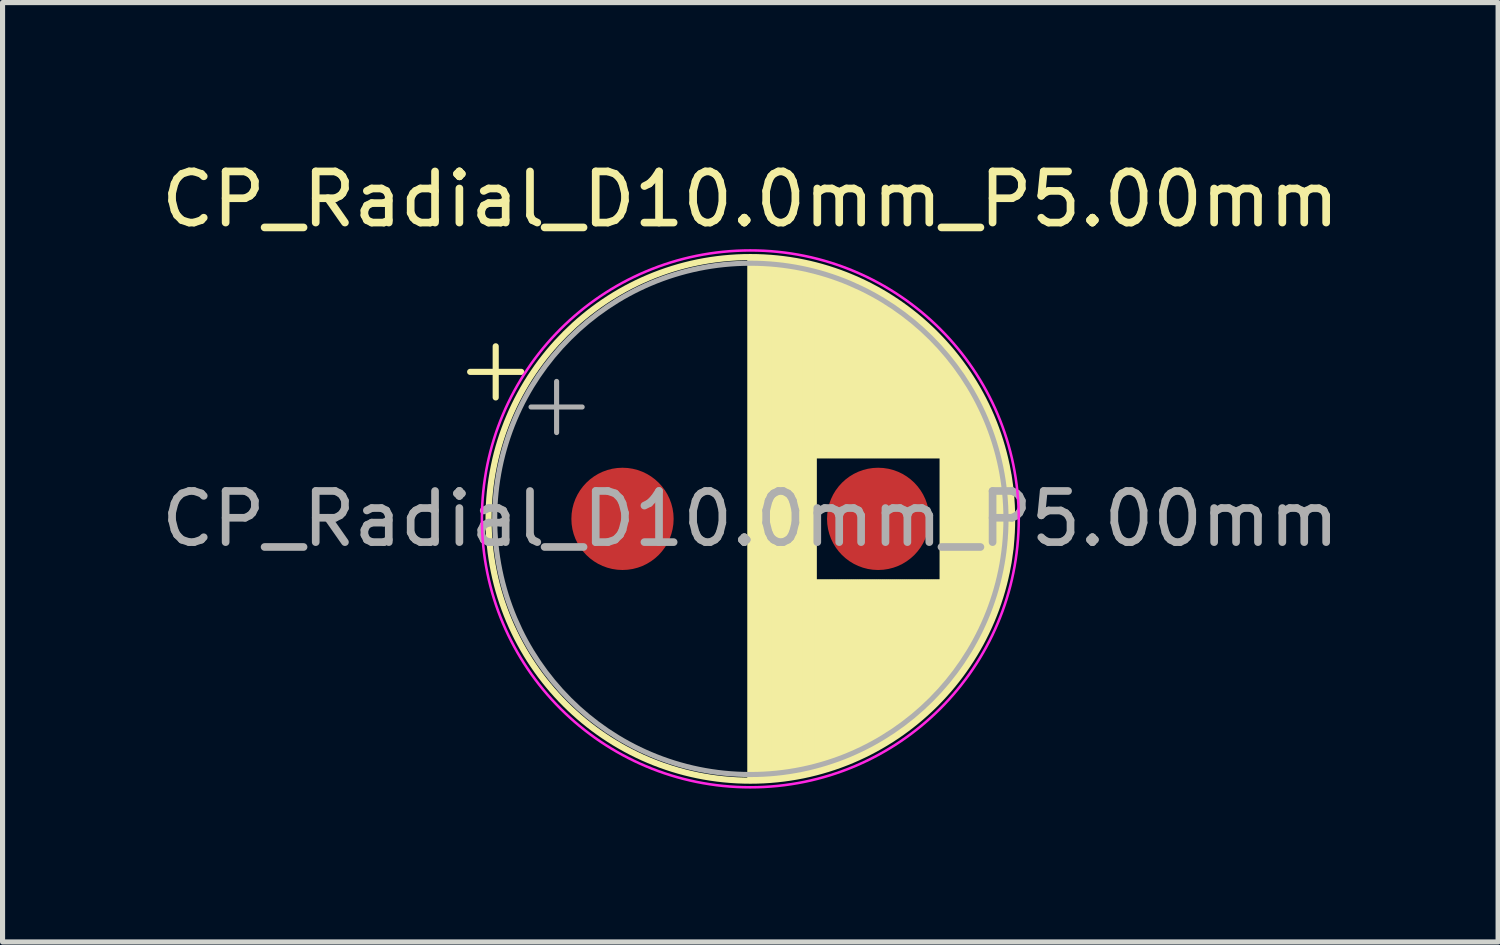
<source format=kicad_pcb>
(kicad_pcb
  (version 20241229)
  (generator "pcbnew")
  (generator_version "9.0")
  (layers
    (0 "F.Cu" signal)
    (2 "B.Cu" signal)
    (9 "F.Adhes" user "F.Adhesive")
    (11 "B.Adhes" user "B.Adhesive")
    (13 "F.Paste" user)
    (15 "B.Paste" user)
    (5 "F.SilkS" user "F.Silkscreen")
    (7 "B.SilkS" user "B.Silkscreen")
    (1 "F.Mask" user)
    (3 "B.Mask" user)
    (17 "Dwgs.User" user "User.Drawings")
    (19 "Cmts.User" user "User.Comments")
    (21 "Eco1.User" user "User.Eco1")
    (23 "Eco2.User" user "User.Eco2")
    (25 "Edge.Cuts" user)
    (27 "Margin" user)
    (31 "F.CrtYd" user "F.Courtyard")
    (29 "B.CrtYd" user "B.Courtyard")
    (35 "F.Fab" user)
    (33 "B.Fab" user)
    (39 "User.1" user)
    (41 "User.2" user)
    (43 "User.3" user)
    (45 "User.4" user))
  (footprint "CP_Radial_D10.0mm_P5.00mm"
    (layer "F.Cu")
    (at 9.125 7.098)
    (property "Reference" "CP_Radial_D10.0mm_P5.00mm" (at 2.5 -6.25 0) (layer "F.SilkS") (effects (font (size 1 1) (thickness 0.15))))
    (attr through_hole)
    (fp_line (start -2.98 -2.875) (end -1.98 -2.875) (stroke (width 0.12) (type solid)) (layer "F.SilkS"))
    (fp_line (start -2.48 -3.375) (end -2.48 -2.375) (stroke (width 0.12) (type solid)) (layer "F.SilkS"))
    (fp_line (start 2.5 -5.08) (end 2.5 5.08) (stroke (width 0.12) (type solid)) (layer "F.SilkS"))
    (fp_line (start 2.54 -5.08) (end 2.54 5.08) (stroke (width 0.12) (type solid)) (layer "F.SilkS"))
    (fp_line (start 2.58 -5.08) (end 2.58 5.08) (stroke (width 0.12) (type solid)) (layer "F.SilkS"))
    (fp_line (start 2.62 -5.079) (end 2.62 5.079) (stroke (width 0.12) (type solid)) (layer "F.SilkS"))
    (fp_line (start 2.66 -5.078) (end 2.66 5.078) (stroke (width 0.12) (type solid)) (layer "F.SilkS"))
    (fp_line (start 2.7 -5.077) (end 2.7 5.077) (stroke (width 0.12) (type solid)) (layer "F.SilkS"))
    (fp_line (start 2.74 -5.075) (end 2.74 5.075) (stroke (width 0.12) (type solid)) (layer "F.SilkS"))
    (fp_line (start 2.78 -5.073) (end 2.78 5.073) (stroke (width 0.12) (type solid)) (layer "F.SilkS"))
    (fp_line (start 2.82 -5.07) (end 2.82 5.07) (stroke (width 0.12) (type solid)) (layer "F.SilkS"))
    (fp_line (start 2.86 -5.068) (end 2.86 5.068) (stroke (width 0.12) (type solid)) (layer "F.SilkS"))
    (fp_line (start 2.9 -5.065) (end 2.9 5.065) (stroke (width 0.12) (type solid)) (layer "F.SilkS"))
    (fp_line (start 2.94 -5.062) (end 2.94 5.062) (stroke (width 0.12) (type solid)) (layer "F.SilkS"))
    (fp_line (start 2.98 -5.058) (end 2.98 5.058) (stroke (width 0.12) (type solid)) (layer "F.SilkS"))
    (fp_line (start 3.02 -5.054) (end 3.02 5.054) (stroke (width 0.12) (type solid)) (layer "F.SilkS"))
    (fp_line (start 3.06 -5.05) (end 3.06 5.05) (stroke (width 0.12) (type solid)) (layer "F.SilkS"))
    (fp_line (start 3.1 -5.045) (end 3.1 5.045) (stroke (width 0.12) (type solid)) (layer "F.SilkS"))
    (fp_line (start 3.14 -5.04) (end 3.14 5.04) (stroke (width 0.12) (type solid)) (layer "F.SilkS"))
    (fp_line (start 3.18 -5.035) (end 3.18 5.035) (stroke (width 0.12) (type solid)) (layer "F.SilkS"))
    (fp_line (start 3.221 -5.03) (end 3.221 5.03) (stroke (width 0.12) (type solid)) (layer "F.SilkS"))
    (fp_line (start 3.261 -5.024) (end 3.261 5.024) (stroke (width 0.12) (type solid)) (layer "F.SilkS"))
    (fp_line (start 3.301 -5.018) (end 3.301 5.018) (stroke (width 0.12) (type solid)) (layer "F.SilkS"))
    (fp_line (start 3.341 -5.011) (end 3.341 5.011) (stroke (width 0.12) (type solid)) (layer "F.SilkS"))
    (fp_line (start 3.381 -5.004) (end 3.381 5.004) (stroke (width 0.12) (type solid)) (layer "F.SilkS"))
    (fp_line (start 3.421 -4.997) (end 3.421 4.997) (stroke (width 0.12) (type solid)) (layer "F.SilkS"))
    (fp_line (start 3.461 -4.99) (end 3.461 4.99) (stroke (width 0.12) (type solid)) (layer "F.SilkS"))
    (fp_line (start 3.501 -4.982) (end 3.501 4.982) (stroke (width 0.12) (type solid)) (layer "F.SilkS"))
    (fp_line (start 3.541 -4.974) (end 3.541 4.974) (stroke (width 0.12) (type solid)) (layer "F.SilkS"))
    (fp_line (start 3.581 -4.965) (end 3.581 4.965) (stroke (width 0.12) (type solid)) (layer "F.SilkS"))
    (fp_line (start 3.621 -4.956) (end 3.621 4.956) (stroke (width 0.12) (type solid)) (layer "F.SilkS"))
    (fp_line (start 3.661 -4.947) (end 3.661 4.947) (stroke (width 0.12) (type solid)) (layer "F.SilkS"))
    (fp_line (start 3.701 -4.938) (end 3.701 4.938) (stroke (width 0.12) (type solid)) (layer "F.SilkS"))
    (fp_line (start 3.741 -4.928) (end 3.741 4.928) (stroke (width 0.12) (type solid)) (layer "F.SilkS"))
    (fp_line (start 3.781 -4.918) (end 3.781 -1.241) (stroke (width 0.12) (type solid)) (layer "F.SilkS"))
    (fp_line (start 3.781 1.241) (end 3.781 4.918) (stroke (width 0.12) (type solid)) (layer "F.SilkS"))
    (fp_line (start 3.821 -4.907) (end 3.821 -1.241) (stroke (width 0.12) (type solid)) (layer "F.SilkS"))
    (fp_line (start 3.821 1.241) (end 3.821 4.907) (stroke (width 0.12) (type solid)) (layer "F.SilkS"))
    (fp_line (start 3.861 -4.897) (end 3.861 -1.241) (stroke (width 0.12) (type solid)) (layer "F.SilkS"))
    (fp_line (start 3.861 1.241) (end 3.861 4.897) (stroke (width 0.12) (type solid)) (layer "F.SilkS"))
    (fp_line (start 3.901 -4.885) (end 3.901 -1.241) (stroke (width 0.12) (type solid)) (layer "F.SilkS"))
    (fp_line (start 3.901 1.241) (end 3.901 4.885) (stroke (width 0.12) (type solid)) (layer "F.SilkS"))
    (fp_line (start 3.941 -4.874) (end 3.941 -1.241) (stroke (width 0.12) (type solid)) (layer "F.SilkS"))
    (fp_line (start 3.941 1.241) (end 3.941 4.874) (stroke (width 0.12) (type solid)) (layer "F.SilkS"))
    (fp_line (start 3.981 -4.862) (end 3.981 -1.241) (stroke (width 0.12) (type solid)) (layer "F.SilkS"))
    (fp_line (start 3.981 1.241) (end 3.981 4.862) (stroke (width 0.12) (type solid)) (layer "F.SilkS"))
    (fp_line (start 4.021 -4.85) (end 4.021 -1.241) (stroke (width 0.12) (type solid)) (layer "F.SilkS"))
    (fp_line (start 4.021 1.241) (end 4.021 4.85) (stroke (width 0.12) (type solid)) (layer "F.SilkS"))
    (fp_line (start 4.061 -4.837) (end 4.061 -1.241) (stroke (width 0.12) (type solid)) (layer "F.SilkS"))
    (fp_line (start 4.061 1.241) (end 4.061 4.837) (stroke (width 0.12) (type solid)) (layer "F.SilkS"))
    (fp_line (start 4.101 -4.824) (end 4.101 -1.241) (stroke (width 0.12) (type solid)) (layer "F.SilkS"))
    (fp_line (start 4.101 1.241) (end 4.101 4.824) (stroke (width 0.12) (type solid)) (layer "F.SilkS"))
    (fp_line (start 4.141 -4.811) (end 4.141 -1.241) (stroke (width 0.12) (type solid)) (layer "F.SilkS"))
    (fp_line (start 4.141 1.241) (end 4.141 4.811) (stroke (width 0.12) (type solid)) (layer "F.SilkS"))
    (fp_line (start 4.181 -4.797) (end 4.181 -1.241) (stroke (width 0.12) (type solid)) (layer "F.SilkS"))
    (fp_line (start 4.181 1.241) (end 4.181 4.797) (stroke (width 0.12) (type solid)) (layer "F.SilkS"))
    (fp_line (start 4.221 -4.783) (end 4.221 -1.241) (stroke (width 0.12) (type solid)) (layer "F.SilkS"))
    (fp_line (start 4.221 1.241) (end 4.221 4.783) (stroke (width 0.12) (type solid)) (layer "F.SilkS"))
    (fp_line (start 4.261 -4.768) (end 4.261 -1.241) (stroke (width 0.12) (type solid)) (layer "F.SilkS"))
    (fp_line (start 4.261 1.241) (end 4.261 4.768) (stroke (width 0.12) (type solid)) (layer "F.SilkS"))
    (fp_line (start 4.301 -4.754) (end 4.301 -1.241) (stroke (width 0.12) (type solid)) (layer "F.SilkS"))
    (fp_line (start 4.301 1.241) (end 4.301 4.754) (stroke (width 0.12) (type solid)) (layer "F.SilkS"))
    (fp_line (start 4.341 -4.738) (end 4.341 -1.241) (stroke (width 0.12) (type solid)) (layer "F.SilkS"))
    (fp_line (start 4.341 1.241) (end 4.341 4.738) (stroke (width 0.12) (type solid)) (layer "F.SilkS"))
    (fp_line (start 4.381 -4.723) (end 4.381 -1.241) (stroke (width 0.12) (type solid)) (layer "F.SilkS"))
    (fp_line (start 4.381 1.241) (end 4.381 4.723) (stroke (width 0.12) (type solid)) (layer "F.SilkS"))
    (fp_line (start 4.421 -4.707) (end 4.421 -1.241) (stroke (width 0.12) (type solid)) (layer "F.SilkS"))
    (fp_line (start 4.421 1.241) (end 4.421 4.707) (stroke (width 0.12) (type solid)) (layer "F.SilkS"))
    (fp_line (start 4.461 -4.69) (end 4.461 -1.241) (stroke (width 0.12) (type solid)) (layer "F.SilkS"))
    (fp_line (start 4.461 1.241) (end 4.461 4.69) (stroke (width 0.12) (type solid)) (layer "F.SilkS"))
    (fp_line (start 4.501 -4.674) (end 4.501 -1.241) (stroke (width 0.12) (type solid)) (layer "F.SilkS"))
    (fp_line (start 4.501 1.241) (end 4.501 4.674) (stroke (width 0.12) (type solid)) (layer "F.SilkS"))
    (fp_line (start 4.541 -4.657) (end 4.541 -1.241) (stroke (width 0.12) (type solid)) (layer "F.SilkS"))
    (fp_line (start 4.541 1.241) (end 4.541 4.657) (stroke (width 0.12) (type solid)) (layer "F.SilkS"))
    (fp_line (start 4.581 -4.639) (end 4.581 -1.241) (stroke (width 0.12) (type solid)) (layer "F.SilkS"))
    (fp_line (start 4.581 1.241) (end 4.581 4.639) (stroke (width 0.12) (type solid)) (layer "F.SilkS"))
    (fp_line (start 4.621 -4.621) (end 4.621 -1.241) (stroke (width 0.12) (type solid)) (layer "F.SilkS"))
    (fp_line (start 4.621 1.241) (end 4.621 4.621) (stroke (width 0.12) (type solid)) (layer "F.SilkS"))
    (fp_line (start 4.661 -4.603) (end 4.661 -1.241) (stroke (width 0.12) (type solid)) (layer "F.SilkS"))
    (fp_line (start 4.661 1.241) (end 4.661 4.603) (stroke (width 0.12) (type solid)) (layer "F.SilkS"))
    (fp_line (start 4.701 -4.584) (end 4.701 -1.241) (stroke (width 0.12) (type solid)) (layer "F.SilkS"))
    (fp_line (start 4.701 1.241) (end 4.701 4.584) (stroke (width 0.12) (type solid)) (layer "F.SilkS"))
    (fp_line (start 4.741 -4.564) (end 4.741 -1.241) (stroke (width 0.12) (type solid)) (layer "F.SilkS"))
    (fp_line (start 4.741 1.241) (end 4.741 4.564) (stroke (width 0.12) (type solid)) (layer "F.SilkS"))
    (fp_line (start 4.781 -4.545) (end 4.781 -1.241) (stroke (width 0.12) (type solid)) (layer "F.SilkS"))
    (fp_line (start 4.781 1.241) (end 4.781 4.545) (stroke (width 0.12) (type solid)) (layer "F.SilkS"))
    (fp_line (start 4.821 -4.525) (end 4.821 -1.241) (stroke (width 0.12) (type solid)) (layer "F.SilkS"))
    (fp_line (start 4.821 1.241) (end 4.821 4.525) (stroke (width 0.12) (type solid)) (layer "F.SilkS"))
    (fp_line (start 4.861 -4.504) (end 4.861 -1.241) (stroke (width 0.12) (type solid)) (layer "F.SilkS"))
    (fp_line (start 4.861 1.241) (end 4.861 4.504) (stroke (width 0.12) (type solid)) (layer "F.SilkS"))
    (fp_line (start 4.901 -4.483) (end 4.901 -1.241) (stroke (width 0.12) (type solid)) (layer "F.SilkS"))
    (fp_line (start 4.901 1.241) (end 4.901 4.483) (stroke (width 0.12) (type solid)) (layer "F.SilkS"))
    (fp_line (start 4.941 -4.462) (end 4.941 -1.241) (stroke (width 0.12) (type solid)) (layer "F.SilkS"))
    (fp_line (start 4.941 1.241) (end 4.941 4.462) (stroke (width 0.12) (type solid)) (layer "F.SilkS"))
    (fp_line (start 4.981 -4.44) (end 4.981 -1.241) (stroke (width 0.12) (type solid)) (layer "F.SilkS"))
    (fp_line (start 4.981 1.241) (end 4.981 4.44) (stroke (width 0.12) (type solid)) (layer "F.SilkS"))
    (fp_line (start 5.021 -4.417) (end 5.021 -1.241) (stroke (width 0.12) (type solid)) (layer "F.SilkS"))
    (fp_line (start 5.021 1.241) (end 5.021 4.417) (stroke (width 0.12) (type solid)) (layer "F.SilkS"))
    (fp_line (start 5.061 -4.395) (end 5.061 -1.241) (stroke (width 0.12) (type solid)) (layer "F.SilkS"))
    (fp_line (start 5.061 1.241) (end 5.061 4.395) (stroke (width 0.12) (type solid)) (layer "F.SilkS"))
    (fp_line (start 5.101 -4.371) (end 5.101 -1.241) (stroke (width 0.12) (type solid)) (layer "F.SilkS"))
    (fp_line (start 5.101 1.241) (end 5.101 4.371) (stroke (width 0.12) (type solid)) (layer "F.SilkS"))
    (fp_line (start 5.141 -4.347) (end 5.141 -1.241) (stroke (width 0.12) (type solid)) (layer "F.SilkS"))
    (fp_line (start 5.141 1.241) (end 5.141 4.347) (stroke (width 0.12) (type solid)) (layer "F.SilkS"))
    (fp_line (start 5.181 -4.323) (end 5.181 -1.241) (stroke (width 0.12) (type solid)) (layer "F.SilkS"))
    (fp_line (start 5.181 1.241) (end 5.181 4.323) (stroke (width 0.12) (type solid)) (layer "F.SilkS"))
    (fp_line (start 5.221 -4.298) (end 5.221 -1.241) (stroke (width 0.12) (type solid)) (layer "F.SilkS"))
    (fp_line (start 5.221 1.241) (end 5.221 4.298) (stroke (width 0.12) (type solid)) (layer "F.SilkS"))
    (fp_line (start 5.261 -4.273) (end 5.261 -1.241) (stroke (width 0.12) (type solid)) (layer "F.SilkS"))
    (fp_line (start 5.261 1.241) (end 5.261 4.273) (stroke (width 0.12) (type solid)) (layer "F.SilkS"))
    (fp_line (start 5.301 -4.247) (end 5.301 -1.241) (stroke (width 0.12) (type solid)) (layer "F.SilkS"))
    (fp_line (start 5.301 1.241) (end 5.301 4.247) (stroke (width 0.12) (type solid)) (layer "F.SilkS"))
    (fp_line (start 5.341 -4.221) (end 5.341 -1.241) (stroke (width 0.12) (type solid)) (layer "F.SilkS"))
    (fp_line (start 5.341 1.241) (end 5.341 4.221) (stroke (width 0.12) (type solid)) (layer "F.SilkS"))
    (fp_line (start 5.381 -4.194) (end 5.381 -1.241) (stroke (width 0.12) (type solid)) (layer "F.SilkS"))
    (fp_line (start 5.381 1.241) (end 5.381 4.194) (stroke (width 0.12) (type solid)) (layer "F.SilkS"))
    (fp_line (start 5.421 -4.166) (end 5.421 -1.241) (stroke (width 0.12) (type solid)) (layer "F.SilkS"))
    (fp_line (start 5.421 1.241) (end 5.421 4.166) (stroke (width 0.12) (type solid)) (layer "F.SilkS"))
    (fp_line (start 5.461 -4.138) (end 5.461 -1.241) (stroke (width 0.12) (type solid)) (layer "F.SilkS"))
    (fp_line (start 5.461 1.241) (end 5.461 4.138) (stroke (width 0.12) (type solid)) (layer "F.SilkS"))
    (fp_line (start 5.501 -4.11) (end 5.501 -1.241) (stroke (width 0.12) (type solid)) (layer "F.SilkS"))
    (fp_line (start 5.501 1.241) (end 5.501 4.11) (stroke (width 0.12) (type solid)) (layer "F.SilkS"))
    (fp_line (start 5.541 -4.08) (end 5.541 -1.241) (stroke (width 0.12) (type solid)) (layer "F.SilkS"))
    (fp_line (start 5.541 1.241) (end 5.541 4.08) (stroke (width 0.12) (type solid)) (layer "F.SilkS"))
    (fp_line (start 5.581 -4.05) (end 5.581 -1.241) (stroke (width 0.12) (type solid)) (layer "F.SilkS"))
    (fp_line (start 5.581 1.241) (end 5.581 4.05) (stroke (width 0.12) (type solid)) (layer "F.SilkS"))
    (fp_line (start 5.621 -4.02) (end 5.621 -1.241) (stroke (width 0.12) (type solid)) (layer "F.SilkS"))
    (fp_line (start 5.621 1.241) (end 5.621 4.02) (stroke (width 0.12) (type solid)) (layer "F.SilkS"))
    (fp_line (start 5.661 -3.989) (end 5.661 -1.241) (stroke (width 0.12) (type solid)) (layer "F.SilkS"))
    (fp_line (start 5.661 1.241) (end 5.661 3.989) (stroke (width 0.12) (type solid)) (layer "F.SilkS"))
    (fp_line (start 5.701 -3.957) (end 5.701 -1.241) (stroke (width 0.12) (type solid)) (layer "F.SilkS"))
    (fp_line (start 5.701 1.241) (end 5.701 3.957) (stroke (width 0.12) (type solid)) (layer "F.SilkS"))
    (fp_line (start 5.741 -3.925) (end 5.741 -1.241) (stroke (width 0.12) (type solid)) (layer "F.SilkS"))
    (fp_line (start 5.741 1.241) (end 5.741 3.925) (stroke (width 0.12) (type solid)) (layer "F.SilkS"))
    (fp_line (start 5.781 -3.892) (end 5.781 -1.241) (stroke (width 0.12) (type solid)) (layer "F.SilkS"))
    (fp_line (start 5.781 1.241) (end 5.781 3.892) (stroke (width 0.12) (type solid)) (layer "F.SilkS"))
    (fp_line (start 5.821 -3.858) (end 5.821 -1.241) (stroke (width 0.12) (type solid)) (layer "F.SilkS"))
    (fp_line (start 5.821 1.241) (end 5.821 3.858) (stroke (width 0.12) (type solid)) (layer "F.SilkS"))
    (fp_line (start 5.861 -3.824) (end 5.861 -1.241) (stroke (width 0.12) (type solid)) (layer "F.SilkS"))
    (fp_line (start 5.861 1.241) (end 5.861 3.824) (stroke (width 0.12) (type solid)) (layer "F.SilkS"))
    (fp_line (start 5.901 -3.789) (end 5.901 -1.241) (stroke (width 0.12) (type solid)) (layer "F.SilkS"))
    (fp_line (start 5.901 1.241) (end 5.901 3.789) (stroke (width 0.12) (type solid)) (layer "F.SilkS"))
    (fp_line (start 5.941 -3.753) (end 5.941 -1.241) (stroke (width 0.12) (type solid)) (layer "F.SilkS"))
    (fp_line (start 5.941 1.241) (end 5.941 3.753) (stroke (width 0.12) (type solid)) (layer "F.SilkS"))
    (fp_line (start 5.981 -3.716) (end 5.981 -1.241) (stroke (width 0.12) (type solid)) (layer "F.SilkS"))
    (fp_line (start 5.981 1.241) (end 5.981 3.716) (stroke (width 0.12) (type solid)) (layer "F.SilkS"))
    (fp_line (start 6.021 -3.679) (end 6.021 -1.241) (stroke (width 0.12) (type solid)) (layer "F.SilkS"))
    (fp_line (start 6.021 1.241) (end 6.021 3.679) (stroke (width 0.12) (type solid)) (layer "F.SilkS"))
    (fp_line (start 6.061 -3.64) (end 6.061 -1.241) (stroke (width 0.12) (type solid)) (layer "F.SilkS"))
    (fp_line (start 6.061 1.241) (end 6.061 3.64) (stroke (width 0.12) (type solid)) (layer "F.SilkS"))
    (fp_line (start 6.101 -3.601) (end 6.101 -1.241) (stroke (width 0.12) (type solid)) (layer "F.SilkS"))
    (fp_line (start 6.101 1.241) (end 6.101 3.601) (stroke (width 0.12) (type solid)) (layer "F.SilkS"))
    (fp_line (start 6.141 -3.561) (end 6.141 -1.241) (stroke (width 0.12) (type solid)) (layer "F.SilkS"))
    (fp_line (start 6.141 1.241) (end 6.141 3.561) (stroke (width 0.12) (type solid)) (layer "F.SilkS"))
    (fp_line (start 6.181 -3.52) (end 6.181 -1.241) (stroke (width 0.12) (type solid)) (layer "F.SilkS"))
    (fp_line (start 6.181 1.241) (end 6.181 3.52) (stroke (width 0.12) (type solid)) (layer "F.SilkS"))
    (fp_line (start 6.221 -3.478) (end 6.221 -1.241) (stroke (width 0.12) (type solid)) (layer "F.SilkS"))
    (fp_line (start 6.221 1.241) (end 6.221 3.478) (stroke (width 0.12) (type solid)) (layer "F.SilkS"))
    (fp_line (start 6.261 -3.436) (end 6.261 3.436) (stroke (width 0.12) (type solid)) (layer "F.SilkS"))
    (fp_line (start 6.301 -3.392) (end 6.301 3.392) (stroke (width 0.12) (type solid)) (layer "F.SilkS"))
    (fp_line (start 6.341 -3.347) (end 6.341 3.347) (stroke (width 0.12) (type solid)) (layer "F.SilkS"))
    (fp_line (start 6.381 -3.301) (end 6.381 3.301) (stroke (width 0.12) (type solid)) (layer "F.SilkS"))
    (fp_line (start 6.421 -3.254) (end 6.421 3.254) (stroke (width 0.12) (type solid)) (layer "F.SilkS"))
    (fp_line (start 6.461 -3.206) (end 6.461 3.206) (stroke (width 0.12) (type solid)) (layer "F.SilkS"))
    (fp_line (start 6.501 -3.156) (end 6.501 3.156) (stroke (width 0.12) (type solid)) (layer "F.SilkS"))
    (fp_line (start 6.541 -3.106) (end 6.541 3.106) (stroke (width 0.12) (type solid)) (layer "F.SilkS"))
    (fp_line (start 6.581 -3.054) (end 6.581 3.054) (stroke (width 0.12) (type solid)) (layer "F.SilkS"))
    (fp_line (start 6.621 -3) (end 6.621 3) (stroke (width 0.12) (type solid)) (layer "F.SilkS"))
    (fp_line (start 6.661 -2.945) (end 6.661 2.945) (stroke (width 0.12) (type solid)) (layer "F.SilkS"))
    (fp_line (start 6.701 -2.889) (end 6.701 2.889) (stroke (width 0.12) (type solid)) (layer "F.SilkS"))
    (fp_line (start 6.741 -2.83) (end 6.741 2.83) (stroke (width 0.12) (type solid)) (layer "F.SilkS"))
    (fp_line (start 6.781 -2.77) (end 6.781 2.77) (stroke (width 0.12) (type solid)) (layer "F.SilkS"))
    (fp_line (start 6.821 -2.709) (end 6.821 2.709) (stroke (width 0.12) (type solid)) (layer "F.SilkS"))
    (fp_line (start 6.861 -2.645) (end 6.861 2.645) (stroke (width 0.12) (type solid)) (layer "F.SilkS"))
    (fp_line (start 6.901 -2.579) (end 6.901 2.579) (stroke (width 0.12) (type solid)) (layer "F.SilkS"))
    (fp_line (start 6.941 -2.51) (end 6.941 2.51) (stroke (width 0.12) (type solid)) (layer "F.SilkS"))
    (fp_line (start 6.981 -2.439) (end 6.981 2.439) (stroke (width 0.12) (type solid)) (layer "F.SilkS"))
    (fp_line (start 7.021 -2.365) (end 7.021 2.365) (stroke (width 0.12) (type solid)) (layer "F.SilkS"))
    (fp_line (start 7.061 -2.289) (end 7.061 2.289) (stroke (width 0.12) (type solid)) (layer "F.SilkS"))
    (fp_line (start 7.101 -2.209) (end 7.101 2.209) (stroke (width 0.12) (type solid)) (layer "F.SilkS"))
    (fp_line (start 7.141 -2.125) (end 7.141 2.125) (stroke (width 0.12) (type solid)) (layer "F.SilkS"))
    (fp_line (start 7.181 -2.037) (end 7.181 2.037) (stroke (width 0.12) (type solid)) (layer "F.SilkS"))
    (fp_line (start 7.221 -1.944) (end 7.221 1.944) (stroke (width 0.12) (type solid)) (layer "F.SilkS"))
    (fp_line (start 7.261 -1.846) (end 7.261 1.846) (stroke (width 0.12) (type solid)) (layer "F.SilkS"))
    (fp_line (start 7.301 -1.742) (end 7.301 1.742) (stroke (width 0.12) (type solid)) (layer "F.SilkS"))
    (fp_line (start 7.341 -1.63) (end 7.341 1.63) (stroke (width 0.12) (type solid)) (layer "F.SilkS"))
    (fp_line (start 7.381 -1.51) (end 7.381 1.51) (stroke (width 0.12) (type solid)) (layer "F.SilkS"))
    (fp_line (start 7.421 -1.378) (end 7.421 1.378) (stroke (width 0.12) (type solid)) (layer "F.SilkS"))
    (fp_line (start 7.461 -1.23) (end 7.461 1.23) (stroke (width 0.12) (type solid)) (layer "F.SilkS"))
    (fp_line (start 7.501 -1.062) (end 7.501 1.062) (stroke (width 0.12) (type solid)) (layer "F.SilkS"))
    (fp_line (start 7.541 -0.862) (end 7.541 0.862) (stroke (width 0.12) (type solid)) (layer "F.SilkS"))
    (fp_line (start 7.581 -0.599) (end 7.581 0.599) (stroke (width 0.12) (type solid)) (layer "F.SilkS"))
    (fp_circle (center 2.5 0) (end 7.62 0) (stroke (width 0.12) (type solid)) (fill no) (layer "F.SilkS"))
    (fp_circle (center 2.5 0) (end 7.75 0) (stroke (width 0.05) (type solid)) (fill no) (layer "F.CrtYd"))
    (fp_line (start -1.789 -2.188) (end -0.789 -2.188) (stroke (width 0.1) (type solid)) (layer "F.Fab"))
    (fp_line (start -1.289 -2.688) (end -1.289 -1.688) (stroke (width 0.1) (type solid)) (layer "F.Fab"))
    (fp_circle (center 2.5 0) (end 7.5 0) (stroke (width 0.1) (type solid)) (fill no) (layer "F.Fab"))
    (fp_text user "${REFERENCE}" (at 2.5 0 0) (layer "F.Fab") (effects (font (size 1 1) (thickness 0.15))))
    (pad "1" smd circle (at 0 0) (size 2 2) (layers "F.Cu" "F.Mask" "F.Paste"))
    (pad "2" smd circle (at 5 0) (size 2 2) (layers "F.Cu" "F.Mask" "F.Paste")))
  (gr_rect
    (start -3 -3)
    (end 26.25 15.373)
    (stroke (width 0.1) (type default))
    (fill no)
    (layer "Edge.Cuts")))
</source>
